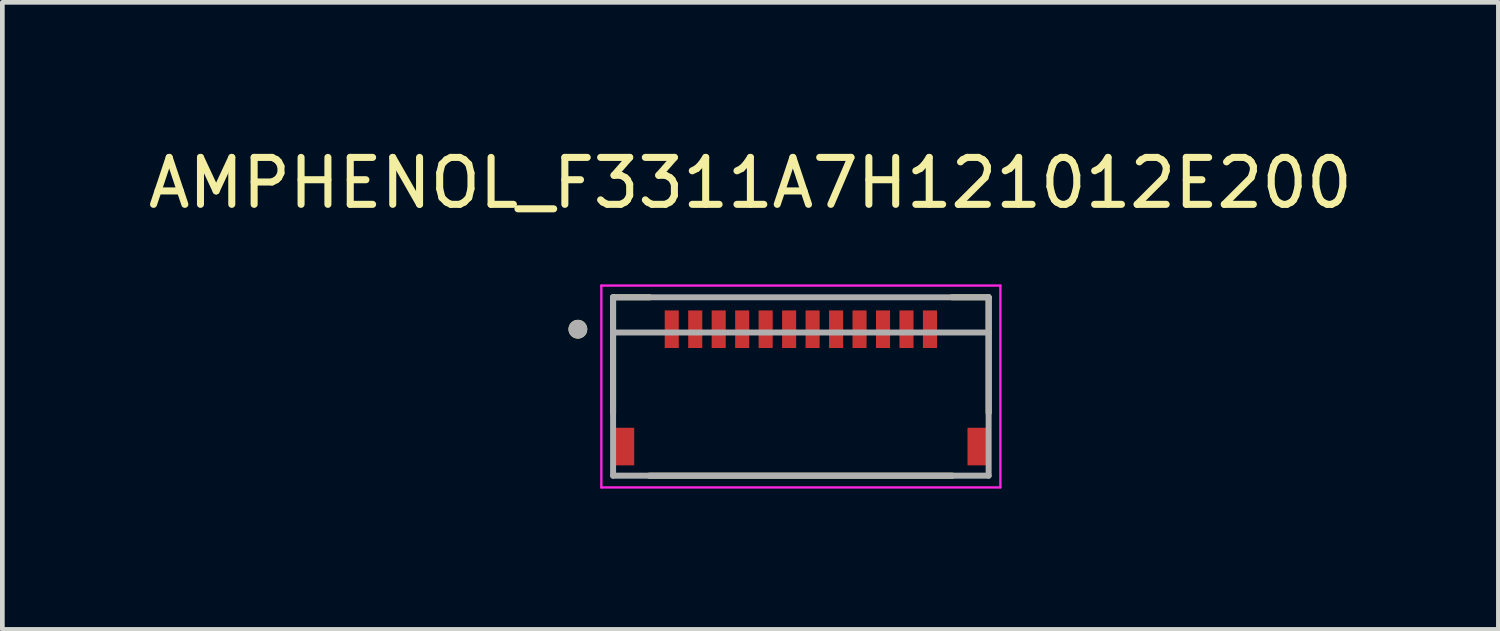
<source format=kicad_pcb>
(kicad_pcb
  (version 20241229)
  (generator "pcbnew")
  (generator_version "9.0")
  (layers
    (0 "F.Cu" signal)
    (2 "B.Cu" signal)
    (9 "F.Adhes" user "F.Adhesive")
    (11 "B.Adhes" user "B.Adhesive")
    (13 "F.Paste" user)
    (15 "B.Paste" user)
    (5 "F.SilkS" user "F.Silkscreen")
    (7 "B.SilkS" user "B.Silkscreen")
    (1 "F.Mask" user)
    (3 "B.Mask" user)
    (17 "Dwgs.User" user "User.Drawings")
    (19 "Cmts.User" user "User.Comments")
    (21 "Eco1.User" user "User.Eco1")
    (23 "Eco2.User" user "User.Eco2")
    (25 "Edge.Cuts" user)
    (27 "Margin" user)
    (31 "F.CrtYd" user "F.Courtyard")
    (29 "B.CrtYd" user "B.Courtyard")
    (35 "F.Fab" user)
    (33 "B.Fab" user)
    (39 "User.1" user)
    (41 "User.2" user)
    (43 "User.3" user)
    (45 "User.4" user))
  (footprint "AMPHENOL_F3311A7H121012E200"
    (layer "F.Cu")
    (at 14.01 5.183)
    (property "Reference" "AMPHENOL_F3311A7H121012E200" (at -1.075 -4.335 0) (layer "F.SilkS") (effects (font (size 1 1) (thickness 0.15))))
    (attr smd)
    (fp_line (start -4 -1.9) (end -4 0.56) (stroke (width 0.127) (type solid)) (layer "F.SilkS"))
    (fp_line (start -4 -1.9) (end -3.22 -1.9) (stroke (width 0.127) (type solid)) (layer "F.SilkS"))
    (fp_line (start -3.23 1.9) (end 3.23 1.9) (stroke (width 0.127) (type solid)) (layer "F.SilkS"))
    (fp_line (start 3.22 -1.9) (end 4 -1.9) (stroke (width 0.127) (type solid)) (layer "F.SilkS"))
    (fp_line (start 4 0.56) (end 4 -1.9) (stroke (width 0.127) (type solid)) (layer "F.SilkS"))
    (fp_circle (center -4.75 -1.22) (end -4.65 -1.22) (stroke (width 0.2) (type solid)) (fill no) (layer "F.SilkS"))
    (fp_line (start -4.25 -2.15) (end -4.25 2.15) (stroke (width 0.05) (type solid)) (layer "F.CrtYd"))
    (fp_line (start -4.25 2.15) (end 4.25 2.15) (stroke (width 0.05) (type solid)) (layer "F.CrtYd"))
    (fp_line (start 4.25 -2.15) (end -4.25 -2.15) (stroke (width 0.05) (type solid)) (layer "F.CrtYd"))
    (fp_line (start 4.25 2.15) (end 4.25 -2.15) (stroke (width 0.05) (type solid)) (layer "F.CrtYd"))
    (fp_line (start -4 -1.9) (end 4 -1.9) (stroke (width 0.127) (type solid)) (layer "F.Fab"))
    (fp_line (start -4 -1.15) (end -4 -1.9) (stroke (width 0.127) (type solid)) (layer "F.Fab"))
    (fp_line (start -4 -1.15) (end -4 1.9) (stroke (width 0.127) (type solid)) (layer "F.Fab"))
    (fp_line (start -4 1.9) (end 4 1.9) (stroke (width 0.127) (type solid)) (layer "F.Fab"))
    (fp_line (start 4 -1.9) (end 4 -1.15) (stroke (width 0.127) (type solid)) (layer "F.Fab"))
    (fp_line (start 4 -1.15) (end -4 -1.15) (stroke (width 0.127) (type solid)) (layer "F.Fab"))
    (fp_line (start 4 1.9) (end 4 -1.15) (stroke (width 0.127) (type solid)) (layer "F.Fab"))
    (fp_circle (center -4.75 -1.22) (end -4.65 -1.22) (stroke (width 0.2) (type solid)) (fill no) (layer "F.Fab"))
    (pad "1" smd rect (at -2.75 -1.22) (size 0.3 0.8) (layers "F.Cu" "F.Mask" "F.Paste"))
    (pad "2" smd rect (at -2.25 -1.22) (size 0.3 0.8) (layers "F.Cu" "F.Mask" "F.Paste"))
    (pad "3" smd rect (at -1.75 -1.22) (size 0.3 0.8) (layers "F.Cu" "F.Mask" "F.Paste"))
    (pad "4" smd rect (at -1.25 -1.22) (size 0.3 0.8) (layers "F.Cu" "F.Mask" "F.Paste"))
    (pad "5" smd rect (at -0.75 -1.22) (size 0.3 0.8) (layers "F.Cu" "F.Mask" "F.Paste"))
    (pad "6" smd rect (at -0.25 -1.22) (size 0.3 0.8) (layers "F.Cu" "F.Mask" "F.Paste"))
    (pad "7" smd rect (at 0.25 -1.22) (size 0.3 0.8) (layers "F.Cu" "F.Mask" "F.Paste"))
    (pad "8" smd rect (at 0.75 -1.22) (size 0.3 0.8) (layers "F.Cu" "F.Mask" "F.Paste"))
    (pad "9" smd rect (at 1.25 -1.22) (size 0.3 0.8) (layers "F.Cu" "F.Mask" "F.Paste"))
    (pad "10" smd rect (at 1.75 -1.22) (size 0.3 0.8) (layers "F.Cu" "F.Mask" "F.Paste"))
    (pad "11" smd rect (at 2.25 -1.22) (size 0.3 0.8) (layers "F.Cu" "F.Mask" "F.Paste"))
    (pad "12" smd rect (at 2.75 -1.22) (size 0.3 0.8) (layers "F.Cu" "F.Mask" "F.Paste"))
    (pad "SH1" smd rect (at -3.75 1.28) (size 0.4 0.8) (layers "F.Cu" "F.Mask" "F.Paste"))
    (pad "SH2" smd rect (at 3.75 1.28) (size 0.4 0.8) (layers "F.Cu" "F.Mask" "F.Paste")))
  (gr_rect
    (start -3 -3)
    (end 28.869 10.358)
    (stroke (width 0.1) (type default))
    (fill no)
    (layer "Edge.Cuts")))
</source>
